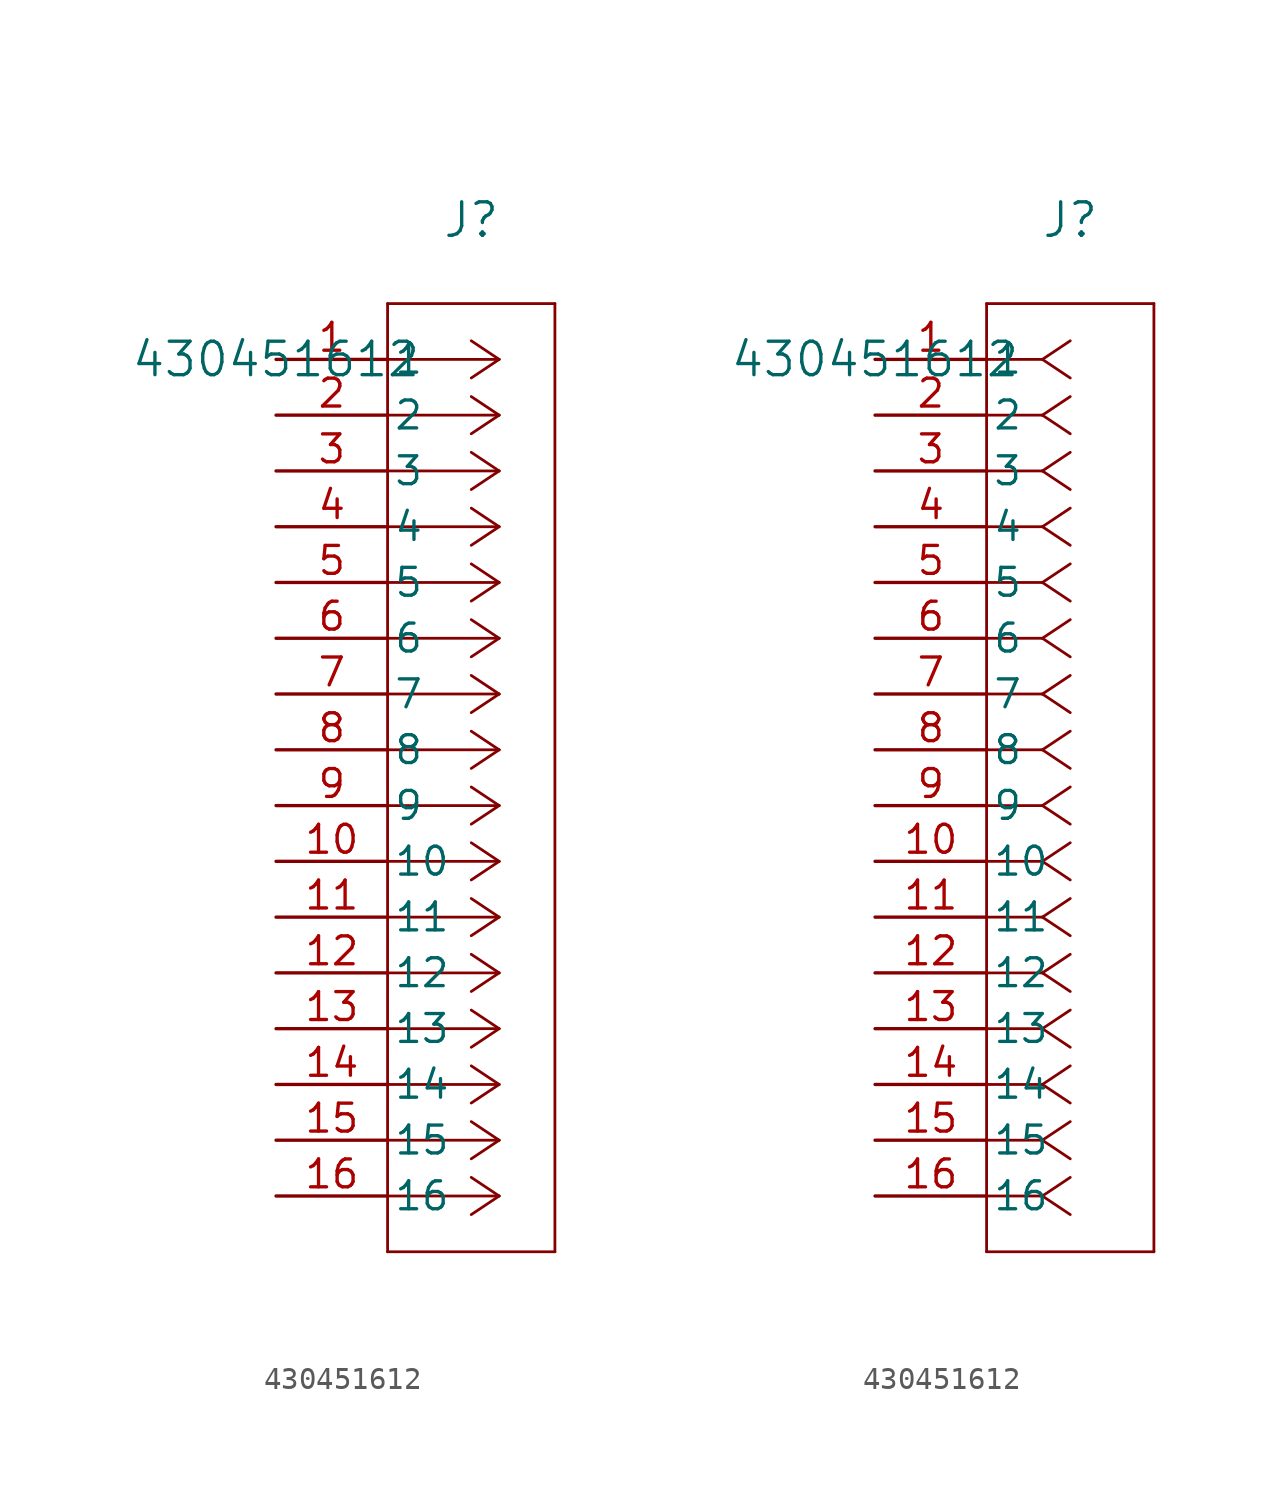
<source format=kicad_sym>
(kicad_symbol_lib
  (version 20211014)
  (generator kicad_symbol_editor)
  (symbol "430451612"
    (pin_names
      (offset 0.254))
    (property "Reference" "J"
      (at 8.89 6.35 0)
      (effects (font (size 1.524 1.524))))
    (property "Value" "430451612"
      (at 0 0 0)
      (effects (font (size 1.524 1.524))))
    (symbol "430451612_1_1"
      (polyline (pts (xy 10.16 0) (xy 5.08 0)) (stroke (width 0.127) (type default) (color 0 0 0 0)) (fill (type none)))
      (polyline (pts (xy 10.16 -2.54) (xy 5.08 -2.54)) (stroke (width 0.127) (type default) (color 0 0 0 0)) (fill (type none)))
      (polyline (pts (xy 10.16 -5.08) (xy 5.08 -5.08)) (stroke (width 0.127) (type default) (color 0 0 0 0)) (fill (type none)))
      (polyline (pts (xy 10.16 -7.62) (xy 5.08 -7.62)) (stroke (width 0.127) (type default) (color 0 0 0 0)) (fill (type none)))
      (polyline (pts (xy 10.16 -10.16) (xy 5.08 -10.16)) (stroke (width 0.127) (type default) (color 0 0 0 0)) (fill (type none)))
      (polyline (pts (xy 10.16 -12.7) (xy 5.08 -12.7)) (stroke (width 0.127) (type default) (color 0 0 0 0)) (fill (type none)))
      (polyline (pts (xy 10.16 -15.24) (xy 5.08 -15.24)) (stroke (width 0.127) (type default) (color 0 0 0 0)) (fill (type none)))
      (polyline (pts (xy 10.16 -17.78) (xy 5.08 -17.78)) (stroke (width 0.127) (type default) (color 0 0 0 0)) (fill (type none)))
      (polyline (pts (xy 10.16 -20.32) (xy 5.08 -20.32)) (stroke (width 0.127) (type default) (color 0 0 0 0)) (fill (type none)))
      (polyline (pts (xy 10.16 -22.86) (xy 5.08 -22.86)) (stroke (width 0.127) (type default) (color 0 0 0 0)) (fill (type none)))
      (polyline (pts (xy 10.16 -25.4) (xy 5.08 -25.4)) (stroke (width 0.127) (type default) (color 0 0 0 0)) (fill (type none)))
      (polyline (pts (xy 10.16 -27.94) (xy 5.08 -27.94)) (stroke (width 0.127) (type default) (color 0 0 0 0)) (fill (type none)))
      (polyline (pts (xy 10.16 -30.48) (xy 5.08 -30.48)) (stroke (width 0.127) (type default) (color 0 0 0 0)) (fill (type none)))
      (polyline (pts (xy 10.16 -33.02) (xy 5.08 -33.02)) (stroke (width 0.127) (type default) (color 0 0 0 0)) (fill (type none)))
      (polyline (pts (xy 10.16 -35.56) (xy 5.08 -35.56)) (stroke (width 0.127) (type default) (color 0 0 0 0)) (fill (type none)))
      (polyline (pts (xy 10.16 -38.1) (xy 5.08 -38.1)) (stroke (width 0.127) (type default) (color 0 0 0 0)) (fill (type none)))
      (polyline (pts (xy 10.16 0) (xy 8.89 0.847)) (stroke (width 0.127) (type default) (color 0 0 0 0)) (fill (type none)))
      (polyline (pts (xy 10.16 -2.54) (xy 8.89 -1.693)) (stroke (width 0.127) (type default) (color 0 0 0 0)) (fill (type none)))
      (polyline (pts (xy 10.16 -5.08) (xy 8.89 -4.233)) (stroke (width 0.127) (type default) (color 0 0 0 0)) (fill (type none)))
      (polyline (pts (xy 10.16 -7.62) (xy 8.89 -6.773)) (stroke (width 0.127) (type default) (color 0 0 0 0)) (fill (type none)))
      (polyline (pts (xy 10.16 -10.16) (xy 8.89 -9.313)) (stroke (width 0.127) (type default) (color 0 0 0 0)) (fill (type none)))
      (polyline (pts (xy 10.16 -12.7) (xy 8.89 -11.853)) (stroke (width 0.127) (type default) (color 0 0 0 0)) (fill (type none)))
      (polyline (pts (xy 10.16 -15.24) (xy 8.89 -14.393)) (stroke (width 0.127) (type default) (color 0 0 0 0)) (fill (type none)))
      (polyline (pts (xy 10.16 -17.78) (xy 8.89 -16.933)) (stroke (width 0.127) (type default) (color 0 0 0 0)) (fill (type none)))
      (polyline (pts (xy 10.16 -20.32) (xy 8.89 -19.473)) (stroke (width 0.127) (type default) (color 0 0 0 0)) (fill (type none)))
      (polyline (pts (xy 10.16 -22.86) (xy 8.89 -22.013)) (stroke (width 0.127) (type default) (color 0 0 0 0)) (fill (type none)))
      (polyline (pts (xy 10.16 -25.4) (xy 8.89 -24.553)) (stroke (width 0.127) (type default) (color 0 0 0 0)) (fill (type none)))
      (polyline (pts (xy 10.16 -27.94) (xy 8.89 -27.093)) (stroke (width 0.127) (type default) (color 0 0 0 0)) (fill (type none)))
      (polyline (pts (xy 10.16 -30.48) (xy 8.89 -29.633)) (stroke (width 0.127) (type default) (color 0 0 0 0)) (fill (type none)))
      (polyline (pts (xy 10.16 -33.02) (xy 8.89 -32.173)) (stroke (width 0.127) (type default) (color 0 0 0 0)) (fill (type none)))
      (polyline (pts (xy 10.16 -35.56) (xy 8.89 -34.713)) (stroke (width 0.127) (type default) (color 0 0 0 0)) (fill (type none)))
      (polyline (pts (xy 10.16 -38.1) (xy 8.89 -37.253)) (stroke (width 0.127) (type default) (color 0 0 0 0)) (fill (type none)))
      (polyline (pts (xy 10.16 0) (xy 8.89 -0.847)) (stroke (width 0.127) (type default) (color 0 0 0 0)) (fill (type none)))
      (polyline (pts (xy 10.16 -2.54) (xy 8.89 -3.387)) (stroke (width 0.127) (type default) (color 0 0 0 0)) (fill (type none)))
      (polyline (pts (xy 10.16 -5.08) (xy 8.89 -5.927)) (stroke (width 0.127) (type default) (color 0 0 0 0)) (fill (type none)))
      (polyline (pts (xy 10.16 -7.62) (xy 8.89 -8.467)) (stroke (width 0.127) (type default) (color 0 0 0 0)) (fill (type none)))
      (polyline (pts (xy 10.16 -10.16) (xy 8.89 -11.007)) (stroke (width 0.127) (type default) (color 0 0 0 0)) (fill (type none)))
      (polyline (pts (xy 10.16 -12.7) (xy 8.89 -13.547)) (stroke (width 0.127) (type default) (color 0 0 0 0)) (fill (type none)))
      (polyline (pts (xy 10.16 -15.24) (xy 8.89 -16.087)) (stroke (width 0.127) (type default) (color 0 0 0 0)) (fill (type none)))
      (polyline (pts (xy 10.16 -17.78) (xy 8.89 -18.627)) (stroke (width 0.127) (type default) (color 0 0 0 0)) (fill (type none)))
      (polyline (pts (xy 10.16 -20.32) (xy 8.89 -21.167)) (stroke (width 0.127) (type default) (color 0 0 0 0)) (fill (type none)))
      (polyline (pts (xy 10.16 -22.86) (xy 8.89 -23.707)) (stroke (width 0.127) (type default) (color 0 0 0 0)) (fill (type none)))
      (polyline (pts (xy 10.16 -25.4) (xy 8.89 -26.247)) (stroke (width 0.127) (type default) (color 0 0 0 0)) (fill (type none)))
      (polyline (pts (xy 10.16 -27.94) (xy 8.89 -28.787)) (stroke (width 0.127) (type default) (color 0 0 0 0)) (fill (type none)))
      (polyline (pts (xy 10.16 -30.48) (xy 8.89 -31.327)) (stroke (width 0.127) (type default) (color 0 0 0 0)) (fill (type none)))
      (polyline (pts (xy 10.16 -33.02) (xy 8.89 -33.867)) (stroke (width 0.127) (type default) (color 0 0 0 0)) (fill (type none)))
      (polyline (pts (xy 10.16 -35.56) (xy 8.89 -36.407)) (stroke (width 0.127) (type default) (color 0 0 0 0)) (fill (type none)))
      (polyline (pts (xy 10.16 -38.1) (xy 8.89 -38.947)) (stroke (width 0.127) (type default) (color 0 0 0 0)) (fill (type none)))
      (polyline (pts (xy 5.08 2.54) (xy 5.08 -40.64)) (stroke (width 0.127) (type default) (color 0 0 0 0)) (fill (type none)))
      (polyline (pts (xy 5.08 -40.64) (xy 12.7 -40.64)) (stroke (width 0.127) (type default) (color 0 0 0 0)) (fill (type none)))
      (polyline (pts (xy 12.7 -40.64) (xy 12.7 2.54)) (stroke (width 0.127) (type default) (color 0 0 0 0)) (fill (type none)))
      (polyline (pts (xy 12.7 2.54) (xy 5.08 2.54)) (stroke (width 0.127) (type default) (color 0 0 0 0)) (fill (type none)))
      (pin unspecified line (at 0 0 0) (length 5.08) (name "1" (effects (font (size 1.27 1.27)))) (number "1" (effects (font (size 1.27 1.27)))))
      (pin unspecified line (at 0 -2.54 0) (length 5.08) (name "2" (effects (font (size 1.27 1.27)))) (number "2" (effects (font (size 1.27 1.27)))))
      (pin unspecified line (at 0 -5.08 0) (length 5.08) (name "3" (effects (font (size 1.27 1.27)))) (number "3" (effects (font (size 1.27 1.27)))))
      (pin unspecified line (at 0 -7.62 0) (length 5.08) (name "4" (effects (font (size 1.27 1.27)))) (number "4" (effects (font (size 1.27 1.27)))))
      (pin unspecified line (at 0 -10.16 0) (length 5.08) (name "5" (effects (font (size 1.27 1.27)))) (number "5" (effects (font (size 1.27 1.27)))))
      (pin unspecified line (at 0 -12.7 0) (length 5.08) (name "6" (effects (font (size 1.27 1.27)))) (number "6" (effects (font (size 1.27 1.27)))))
      (pin unspecified line (at 0 -15.24 0) (length 5.08) (name "7" (effects (font (size 1.27 1.27)))) (number "7" (effects (font (size 1.27 1.27)))))
      (pin unspecified line (at 0 -17.78 0) (length 5.08) (name "8" (effects (font (size 1.27 1.27)))) (number "8" (effects (font (size 1.27 1.27)))))
      (pin unspecified line (at 0 -20.32 0) (length 5.08) (name "9" (effects (font (size 1.27 1.27)))) (number "9" (effects (font (size 1.27 1.27)))))
      (pin unspecified line (at 0 -22.86 0) (length 5.08) (name "10" (effects (font (size 1.27 1.27)))) (number "10" (effects (font (size 1.27 1.27)))))
      (pin unspecified line (at 0 -25.4 0) (length 5.08) (name "11" (effects (font (size 1.27 1.27)))) (number "11" (effects (font (size 1.27 1.27)))))
      (pin unspecified line (at 0 -27.94 0) (length 5.08) (name "12" (effects (font (size 1.27 1.27)))) (number "12" (effects (font (size 1.27 1.27)))))
      (pin unspecified line (at 0 -30.48 0) (length 5.08) (name "13" (effects (font (size 1.27 1.27)))) (number "13" (effects (font (size 1.27 1.27)))))
      (pin unspecified line (at 0 -33.02 0) (length 5.08) (name "14" (effects (font (size 1.27 1.27)))) (number "14" (effects (font (size 1.27 1.27)))))
      (pin unspecified line (at 0 -35.56 0) (length 5.08) (name "15" (effects (font (size 1.27 1.27)))) (number "15" (effects (font (size 1.27 1.27)))))
      (pin unspecified line (at 0 -38.1 0) (length 5.08) (name "16" (effects (font (size 1.27 1.27)))) (number "16" (effects (font (size 1.27 1.27))))))
    (symbol "430451612_1_2"
      (polyline (pts (xy 7.62 0) (xy 5.08 0)) (stroke (width 0.127) (type default) (color 0 0 0 0)) (fill (type none)))
      (polyline (pts (xy 7.62 -2.54) (xy 5.08 -2.54)) (stroke (width 0.127) (type default) (color 0 0 0 0)) (fill (type none)))
      (polyline (pts (xy 7.62 -5.08) (xy 5.08 -5.08)) (stroke (width 0.127) (type default) (color 0 0 0 0)) (fill (type none)))
      (polyline (pts (xy 7.62 -7.62) (xy 5.08 -7.62)) (stroke (width 0.127) (type default) (color 0 0 0 0)) (fill (type none)))
      (polyline (pts (xy 7.62 -10.16) (xy 5.08 -10.16)) (stroke (width 0.127) (type default) (color 0 0 0 0)) (fill (type none)))
      (polyline (pts (xy 7.62 -12.7) (xy 5.08 -12.7)) (stroke (width 0.127) (type default) (color 0 0 0 0)) (fill (type none)))
      (polyline (pts (xy 7.62 -15.24) (xy 5.08 -15.24)) (stroke (width 0.127) (type default) (color 0 0 0 0)) (fill (type none)))
      (polyline (pts (xy 7.62 -17.78) (xy 5.08 -17.78)) (stroke (width 0.127) (type default) (color 0 0 0 0)) (fill (type none)))
      (polyline (pts (xy 7.62 -20.32) (xy 5.08 -20.32)) (stroke (width 0.127) (type default) (color 0 0 0 0)) (fill (type none)))
      (polyline (pts (xy 7.62 -22.86) (xy 5.08 -22.86)) (stroke (width 0.127) (type default) (color 0 0 0 0)) (fill (type none)))
      (polyline (pts (xy 7.62 -25.4) (xy 5.08 -25.4)) (stroke (width 0.127) (type default) (color 0 0 0 0)) (fill (type none)))
      (polyline (pts (xy 7.62 -27.94) (xy 5.08 -27.94)) (stroke (width 0.127) (type default) (color 0 0 0 0)) (fill (type none)))
      (polyline (pts (xy 7.62 -30.48) (xy 5.08 -30.48)) (stroke (width 0.127) (type default) (color 0 0 0 0)) (fill (type none)))
      (polyline (pts (xy 7.62 -33.02) (xy 5.08 -33.02)) (stroke (width 0.127) (type default) (color 0 0 0 0)) (fill (type none)))
      (polyline (pts (xy 7.62 -35.56) (xy 5.08 -35.56)) (stroke (width 0.127) (type default) (color 0 0 0 0)) (fill (type none)))
      (polyline (pts (xy 7.62 -38.1) (xy 5.08 -38.1)) (stroke (width 0.127) (type default) (color 0 0 0 0)) (fill (type none)))
      (polyline (pts (xy 7.62 0) (xy 8.89 0.847)) (stroke (width 0.127) (type default) (color 0 0 0 0)) (fill (type none)))
      (polyline (pts (xy 7.62 -2.54) (xy 8.89 -1.693)) (stroke (width 0.127) (type default) (color 0 0 0 0)) (fill (type none)))
      (polyline (pts (xy 7.62 -5.08) (xy 8.89 -4.233)) (stroke (width 0.127) (type default) (color 0 0 0 0)) (fill (type none)))
      (polyline (pts (xy 7.62 -7.62) (xy 8.89 -6.773)) (stroke (width 0.127) (type default) (color 0 0 0 0)) (fill (type none)))
      (polyline (pts (xy 7.62 -10.16) (xy 8.89 -9.313)) (stroke (width 0.127) (type default) (color 0 0 0 0)) (fill (type none)))
      (polyline (pts (xy 7.62 -12.7) (xy 8.89 -11.853)) (stroke (width 0.127) (type default) (color 0 0 0 0)) (fill (type none)))
      (polyline (pts (xy 7.62 -15.24) (xy 8.89 -14.393)) (stroke (width 0.127) (type default) (color 0 0 0 0)) (fill (type none)))
      (polyline (pts (xy 7.62 -17.78) (xy 8.89 -16.933)) (stroke (width 0.127) (type default) (color 0 0 0 0)) (fill (type none)))
      (polyline (pts (xy 7.62 -20.32) (xy 8.89 -19.473)) (stroke (width 0.127) (type default) (color 0 0 0 0)) (fill (type none)))
      (polyline (pts (xy 7.62 -22.86) (xy 8.89 -22.013)) (stroke (width 0.127) (type default) (color 0 0 0 0)) (fill (type none)))
      (polyline (pts (xy 7.62 -25.4) (xy 8.89 -24.553)) (stroke (width 0.127) (type default) (color 0 0 0 0)) (fill (type none)))
      (polyline (pts (xy 7.62 -27.94) (xy 8.89 -27.093)) (stroke (width 0.127) (type default) (color 0 0 0 0)) (fill (type none)))
      (polyline (pts (xy 7.62 -30.48) (xy 8.89 -29.633)) (stroke (width 0.127) (type default) (color 0 0 0 0)) (fill (type none)))
      (polyline (pts (xy 7.62 -33.02) (xy 8.89 -32.173)) (stroke (width 0.127) (type default) (color 0 0 0 0)) (fill (type none)))
      (polyline (pts (xy 7.62 -35.56) (xy 8.89 -34.713)) (stroke (width 0.127) (type default) (color 0 0 0 0)) (fill (type none)))
      (polyline (pts (xy 7.62 -38.1) (xy 8.89 -37.253)) (stroke (width 0.127) (type default) (color 0 0 0 0)) (fill (type none)))
      (polyline (pts (xy 7.62 0) (xy 8.89 -0.847)) (stroke (width 0.127) (type default) (color 0 0 0 0)) (fill (type none)))
      (polyline (pts (xy 7.62 -2.54) (xy 8.89 -3.387)) (stroke (width 0.127) (type default) (color 0 0 0 0)) (fill (type none)))
      (polyline (pts (xy 7.62 -5.08) (xy 8.89 -5.927)) (stroke (width 0.127) (type default) (color 0 0 0 0)) (fill (type none)))
      (polyline (pts (xy 7.62 -7.62) (xy 8.89 -8.467)) (stroke (width 0.127) (type default) (color 0 0 0 0)) (fill (type none)))
      (polyline (pts (xy 7.62 -10.16) (xy 8.89 -11.007)) (stroke (width 0.127) (type default) (color 0 0 0 0)) (fill (type none)))
      (polyline (pts (xy 7.62 -12.7) (xy 8.89 -13.547)) (stroke (width 0.127) (type default) (color 0 0 0 0)) (fill (type none)))
      (polyline (pts (xy 7.62 -15.24) (xy 8.89 -16.087)) (stroke (width 0.127) (type default) (color 0 0 0 0)) (fill (type none)))
      (polyline (pts (xy 7.62 -17.78) (xy 8.89 -18.627)) (stroke (width 0.127) (type default) (color 0 0 0 0)) (fill (type none)))
      (polyline (pts (xy 7.62 -20.32) (xy 8.89 -21.167)) (stroke (width 0.127) (type default) (color 0 0 0 0)) (fill (type none)))
      (polyline (pts (xy 7.62 -22.86) (xy 8.89 -23.707)) (stroke (width 0.127) (type default) (color 0 0 0 0)) (fill (type none)))
      (polyline (pts (xy 7.62 -25.4) (xy 8.89 -26.247)) (stroke (width 0.127) (type default) (color 0 0 0 0)) (fill (type none)))
      (polyline (pts (xy 7.62 -27.94) (xy 8.89 -28.787)) (stroke (width 0.127) (type default) (color 0 0 0 0)) (fill (type none)))
      (polyline (pts (xy 7.62 -30.48) (xy 8.89 -31.327)) (stroke (width 0.127) (type default) (color 0 0 0 0)) (fill (type none)))
      (polyline (pts (xy 7.62 -33.02) (xy 8.89 -33.867)) (stroke (width 0.127) (type default) (color 0 0 0 0)) (fill (type none)))
      (polyline (pts (xy 7.62 -35.56) (xy 8.89 -36.407)) (stroke (width 0.127) (type default) (color 0 0 0 0)) (fill (type none)))
      (polyline (pts (xy 7.62 -38.1) (xy 8.89 -38.947)) (stroke (width 0.127) (type default) (color 0 0 0 0)) (fill (type none)))
      (polyline (pts (xy 5.08 2.54) (xy 5.08 -40.64)) (stroke (width 0.127) (type default) (color 0 0 0 0)) (fill (type none)))
      (polyline (pts (xy 5.08 -40.64) (xy 12.7 -40.64)) (stroke (width 0.127) (type default) (color 0 0 0 0)) (fill (type none)))
      (polyline (pts (xy 12.7 -40.64) (xy 12.7 2.54)) (stroke (width 0.127) (type default) (color 0 0 0 0)) (fill (type none)))
      (polyline (pts (xy 12.7 2.54) (xy 5.08 2.54)) (stroke (width 0.127) (type default) (color 0 0 0 0)) (fill (type none)))
      (pin unspecified line (at 0 0 0) (length 5.08) (name "1" (effects (font (size 1.27 1.27)))) (number "1" (effects (font (size 1.27 1.27)))))
      (pin unspecified line (at 0 -2.54 0) (length 5.08) (name "2" (effects (font (size 1.27 1.27)))) (number "2" (effects (font (size 1.27 1.27)))))
      (pin unspecified line (at 0 -5.08 0) (length 5.08) (name "3" (effects (font (size 1.27 1.27)))) (number "3" (effects (font (size 1.27 1.27)))))
      (pin unspecified line (at 0 -7.62 0) (length 5.08) (name "4" (effects (font (size 1.27 1.27)))) (number "4" (effects (font (size 1.27 1.27)))))
      (pin unspecified line (at 0 -10.16 0) (length 5.08) (name "5" (effects (font (size 1.27 1.27)))) (number "5" (effects (font (size 1.27 1.27)))))
      (pin unspecified line (at 0 -12.7 0) (length 5.08) (name "6" (effects (font (size 1.27 1.27)))) (number "6" (effects (font (size 1.27 1.27)))))
      (pin unspecified line (at 0 -15.24 0) (length 5.08) (name "7" (effects (font (size 1.27 1.27)))) (number "7" (effects (font (size 1.27 1.27)))))
      (pin unspecified line (at 0 -17.78 0) (length 5.08) (name "8" (effects (font (size 1.27 1.27)))) (number "8" (effects (font (size 1.27 1.27)))))
      (pin unspecified line (at 0 -20.32 0) (length 5.08) (name "9" (effects (font (size 1.27 1.27)))) (number "9" (effects (font (size 1.27 1.27)))))
      (pin unspecified line (at 0 -22.86 0) (length 5.08) (name "10" (effects (font (size 1.27 1.27)))) (number "10" (effects (font (size 1.27 1.27)))))
      (pin unspecified line (at 0 -25.4 0) (length 5.08) (name "11" (effects (font (size 1.27 1.27)))) (number "11" (effects (font (size 1.27 1.27)))))
      (pin unspecified line (at 0 -27.94 0) (length 5.08) (name "12" (effects (font (size 1.27 1.27)))) (number "12" (effects (font (size 1.27 1.27)))))
      (pin unspecified line (at 0 -30.48 0) (length 5.08) (name "13" (effects (font (size 1.27 1.27)))) (number "13" (effects (font (size 1.27 1.27)))))
      (pin unspecified line (at 0 -33.02 0) (length 5.08) (name "14" (effects (font (size 1.27 1.27)))) (number "14" (effects (font (size 1.27 1.27)))))
      (pin unspecified line (at 0 -35.56 0) (length 5.08) (name "15" (effects (font (size 1.27 1.27)))) (number "15" (effects (font (size 1.27 1.27)))))
      (pin unspecified line (at 0 -38.1 0) (length 5.08) (name "16" (effects (font (size 1.27 1.27)))) (number "16" (effects (font (size 1.27 1.27))))))))
</source>
